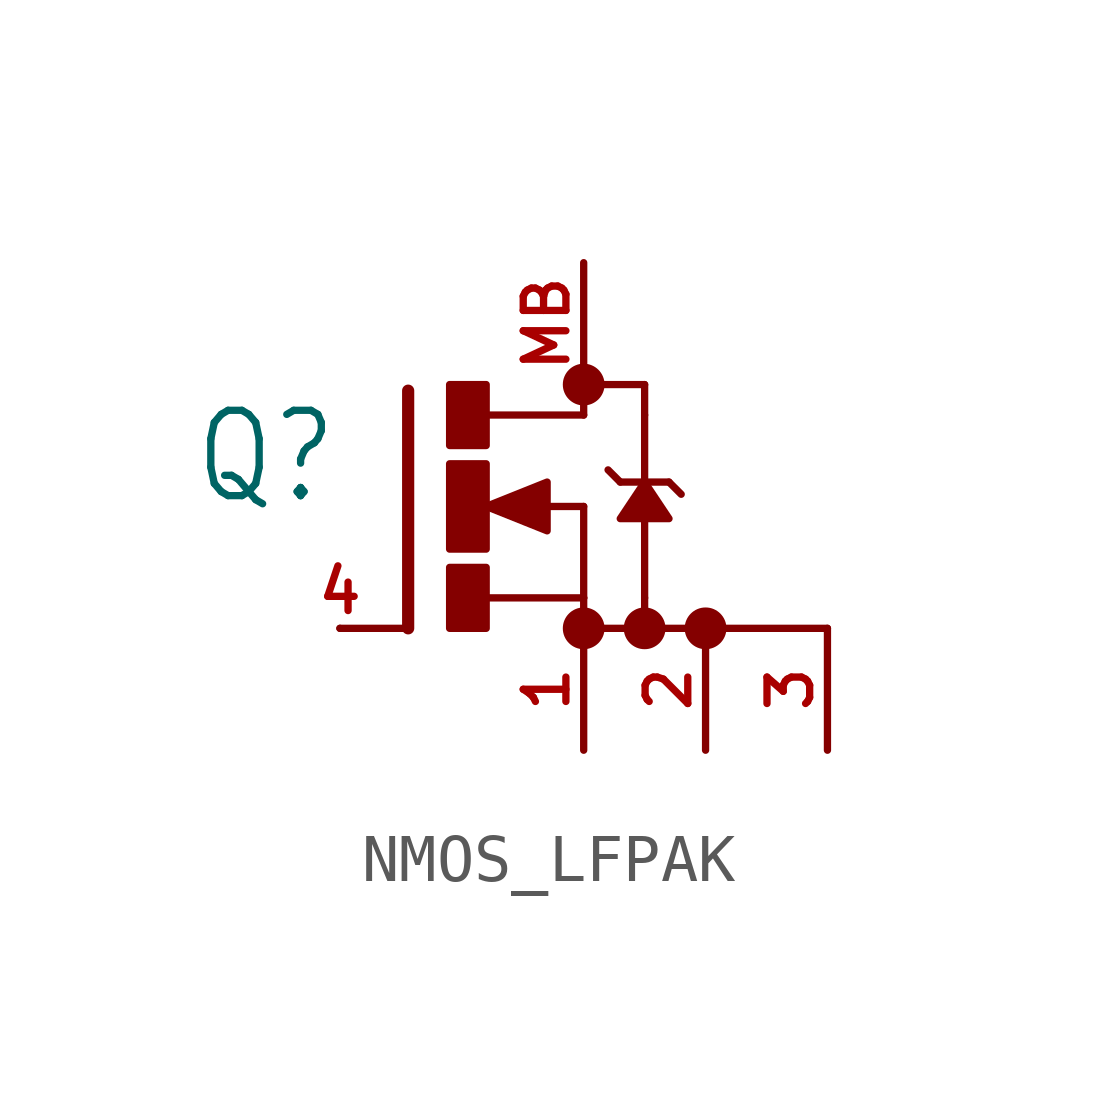
<source format=kicad_sym>
(kicad_symbol_lib
  (version 20231120)
  (generator "kicad_symbol_editor")
  (generator_version "8.0")
  (symbol "NMOS_LFPAK"
    (property "Reference" "Q"
      (at -2.54 0 0)
      (effects (font (size 1.778 1.511)) (justify right bottom)))
    (property "Value" ""
      (at 6.35 0 0)
      (effects (font (size 1.778 1.511)) (justify left bottom)))
    (property "ki_locked" ""
      (at 0 0 0)
      (effects (font (size 1.27 1.27))))
    (symbol "NMOS_LFPAK_1_0"
      (rectangle (start -0.254 -2.54) (end 0.508 -1.27) (stroke (width 0) (type default)) (fill (type outline)))
      (rectangle (start -0.254 -0.889) (end 0.508 0.889) (stroke (width 0) (type default)) (fill (type outline)))
      (rectangle (start -0.254 1.27) (end 0.508 2.54) (stroke (width 0) (type default)) (fill (type outline)))
      (polyline (pts (xy -1.118 -2.54) (xy -2.54 -2.54)) (stroke (width 0.152) (type solid)) (fill (type none)))
      (polyline (pts (xy -1.118 2.413) (xy -1.118 -2.54)) (stroke (width 0.254) (type solid)) (fill (type none)))
      (polyline (pts (xy 0.508 -1.905) (xy 2.54 -1.905)) (stroke (width 0.152) (type solid)) (fill (type none)))
      (polyline (pts (xy 1.651 0) (xy 2.54 0)) (stroke (width 0.152) (type solid)) (fill (type none)))
      (polyline (pts (xy 2.54 -1.905) (xy 2.54 -2.54)) (stroke (width 0.152) (type solid)) (fill (type none)))
      (polyline (pts (xy 2.54 0) (xy 2.54 -1.905)) (stroke (width 0.152) (type solid)) (fill (type none)))
      (polyline (pts (xy 2.54 1.905) (xy 0.533 1.905)) (stroke (width 0.152) (type solid)) (fill (type none)))
      (polyline (pts (xy 2.54 2.54) (xy 2.54 1.905)) (stroke (width 0.152) (type solid)) (fill (type none)))
      (polyline (pts (xy 3.048 0.762) (xy 3.302 0.508)) (stroke (width 0.152) (type solid)) (fill (type none)))
      (polyline (pts (xy 3.302 0.508) (xy 3.81 0.508)) (stroke (width 0.152) (type solid)) (fill (type none)))
      (polyline (pts (xy 3.81 -1.905) (xy 3.81 -2.54)) (stroke (width 0.152) (type solid)) (fill (type none)))
      (polyline (pts (xy 3.81 -1.905) (xy 3.81 0.508)) (stroke (width 0.152) (type solid)) (fill (type none)))
      (polyline (pts (xy 3.81 0.508) (xy 3.81 1.905)) (stroke (width 0.152) (type solid)) (fill (type none)))
      (polyline (pts (xy 3.81 0.508) (xy 4.318 0.508)) (stroke (width 0.152) (type solid)) (fill (type none)))
      (polyline (pts (xy 3.81 2.54) (xy 3.81 1.905)) (stroke (width 0.152) (type solid)) (fill (type none)))
      (polyline (pts (xy 4.318 0.508) (xy 4.572 0.254)) (stroke (width 0.152) (type solid)) (fill (type none)))
      (polyline (pts (xy 0.508 0) (xy 1.778 0.508) (xy 1.778 -0.508) (xy 0.508 0)) (stroke (width 0) (type default)) (fill (type outline)))
      (polyline (pts (xy 3.81 0.508) (xy 4.318 -0.254) (xy 3.302 -0.254) (xy 3.81 0.508)) (stroke (width 0.152) (type default)) (fill (type outline)))
      (circle (center 2.54 -2.54) (radius 0.359) (stroke (width 0) (type solid)) (fill (type outline)))
      (circle (center 2.54 2.54) (radius 0.359) (stroke (width 0) (type solid)) (fill (type outline)))
      (circle (center 3.81 -2.54) (radius 0.359) (stroke (width 0) (type solid)) (fill (type outline)))
      (circle (center 5.08 -2.54) (radius 0.359) (stroke (width 0) (type solid)) (fill (type outline)))
      (pin passive line (at 2.54 -5.08 90) (length 2.54) (name "S" (effects (font (size 0 0)))) (number "1" (effects (font (size 0.889 0.889)))))
      (pin passive line (at 5.08 -5.08 90) (length 2.54) (name "S" (effects (font (size 0 0)))) (number "2" (effects (font (size 0.889 0.889)))))
      (pin passive line (at 7.62 -5.08 90) (length 2.54) (name "S" (effects (font (size 0 0)))) (number "3" (effects (font (size 0.889 0.889)))))
      (pin passive line (at -2.54 -2.54 0) (length 0) (name "G" (effects (font (size 0 0)))) (number "4" (effects (font (size 0.889 0.889)))))
      (pin passive line (at 2.54 5.08 270) (length 2.54) (name "MB" (effects (font (size 0 0)))) (number "MB" (effects (font (size 0.889 0.889))))))
    (symbol "NMOS_LFPAK_1_1"
      (polyline (pts (xy 2.54 -2.54) (xy 7.62 -2.54)) (stroke (width 0) (type default)) (fill (type none)))
      (polyline (pts (xy 2.54 2.54) (xy 3.81 2.54)) (stroke (width 0) (type default)) (fill (type none))))))
</source>
